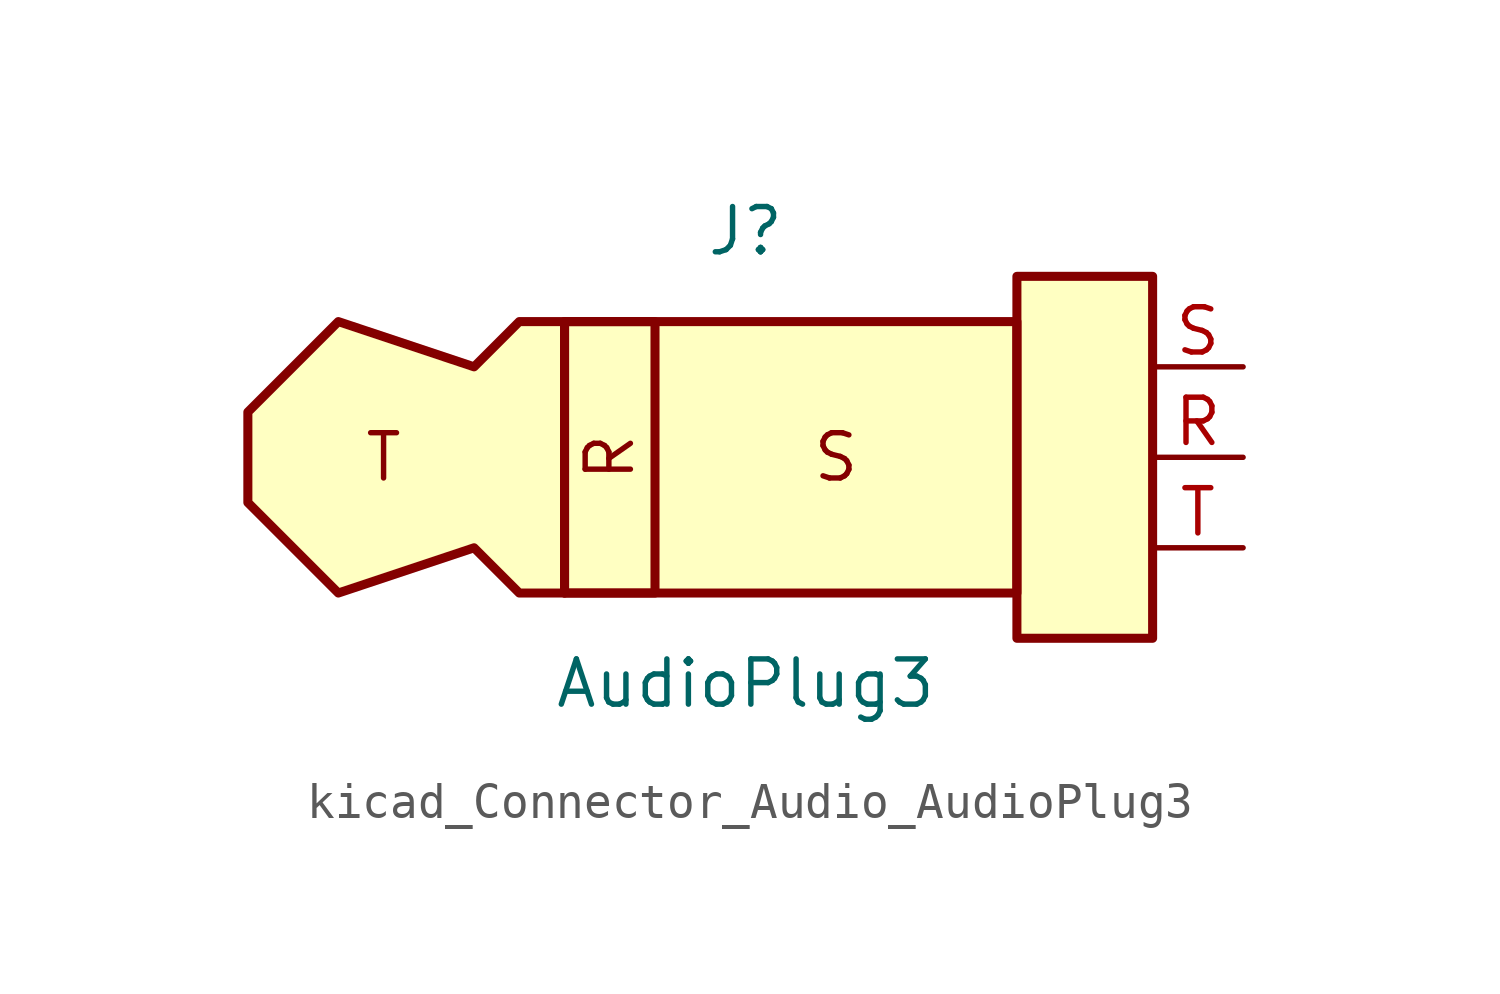
<source format=kicad_sym>
(kicad_symbol_lib
  (version 20220914)
  (generator kicad_symbol_editor)
  (symbol "kicad_Connector_Audio_AudioPlug3"
    (property "Reference" "J"
      (at 1.27 6.35 0)
      (effects (font (size 1.27 1.27))))
    (property "Value" "AudioPlug3"
      (at 1.27 -6.35 0)
      (effects (font (size 1.27 1.27))))
    (symbol "kicad_Connector_Audio_AudioPlug3_0_0"
      (text "R" (at -2.54 0 900) (effects (font (size 1.27 1.27)))))
    (symbol "kicad_Connector_Audio_AudioPlug3_0_1"
      (rectangle (start -3.81 3.81) (end -1.27 -3.81) (stroke (width 0.254) (type default)) (fill (type none)))
      (rectangle (start -1.27 -1.27) (end -1.27 -1.27) (stroke (width 0) (type default)) (fill (type none))))
    (symbol "kicad_Connector_Audio_AudioPlug3_1_0"
      (text "S" (at 3.81 0 0) (effects (font (size 1.27 1.27))))
      (text "T" (at -8.89 0 0) (effects (font (size 1.27 1.27)))))
    (symbol "kicad_Connector_Audio_AudioPlug3_1_1"
      (rectangle (start -3.81 3.81) (end 8.89 -3.81) (stroke (width 0.254) (type default)) (fill (type background)))
      (polyline (pts (xy -3.81 3.81) (xy -5.08 3.81) (xy -6.35 2.54) (xy -10.16 3.81) (xy -12.7 1.27) (xy -12.7 -1.27) (xy -10.16 -3.81) (xy -6.35 -2.54) (xy -5.08 -3.81) (xy -3.81 -3.81) (xy -3.81 3.81)) (stroke (width 0.254) (type default)) (fill (type background)))
      (rectangle (start 12.7 5.08) (end 8.89 -5.08) (stroke (width 0.254) (type default)) (fill (type background)))
      (pin passive line (at 15.24 0 180) (length 2.54) (name "~" (effects (font (size 1.27 1.27)))) (number "R" (effects (font (size 1.27 1.27)))))
      (pin passive line (at 15.24 2.54 180) (length 2.54) (name "~" (effects (font (size 1.27 1.27)))) (number "S" (effects (font (size 1.27 1.27)))))
      (pin passive line (at 15.24 -2.54 180) (length 2.54) (name "~" (effects (font (size 1.27 1.27)))) (number "T" (effects (font (size 1.27 1.27))))))))
</source>
